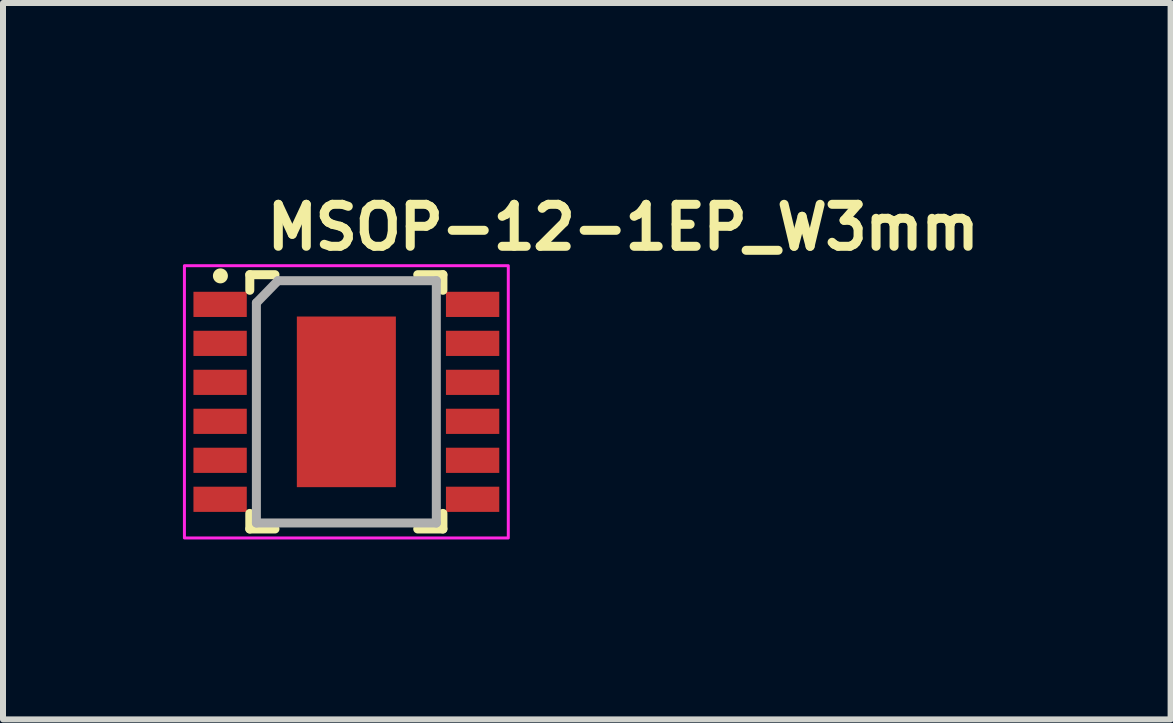
<source format=kicad_pcb>
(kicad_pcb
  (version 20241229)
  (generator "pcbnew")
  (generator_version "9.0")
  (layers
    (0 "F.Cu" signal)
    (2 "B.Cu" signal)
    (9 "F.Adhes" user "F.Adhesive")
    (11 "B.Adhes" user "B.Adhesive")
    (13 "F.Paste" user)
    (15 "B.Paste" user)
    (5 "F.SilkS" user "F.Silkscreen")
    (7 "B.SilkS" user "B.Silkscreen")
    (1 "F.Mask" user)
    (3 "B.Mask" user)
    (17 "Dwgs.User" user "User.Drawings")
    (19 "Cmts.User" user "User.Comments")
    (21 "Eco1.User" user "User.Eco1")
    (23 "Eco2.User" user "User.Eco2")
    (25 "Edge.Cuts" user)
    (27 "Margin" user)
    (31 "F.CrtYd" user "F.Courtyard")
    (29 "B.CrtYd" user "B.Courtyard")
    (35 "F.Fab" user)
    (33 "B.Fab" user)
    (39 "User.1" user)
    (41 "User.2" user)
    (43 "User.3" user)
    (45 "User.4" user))
  (footprint "MSOP-12-1EP_W3mm"
    (layer "F.Cu")
    (at 2.725 3.65)
    (property "Reference" "MSOP-12-1EP_W3mm" (at -1.4 -2.5 180) (layer "F.SilkS") (effects (font (size 0.7 0.7) (thickness 0.15)) (justify left bottom)))
    (attr smd)
    (fp_line (start -1.61 -1.86) (end -1.61 -2.12) (stroke (width 0.15) (type solid)) (layer "F.SilkS"))
    (fp_line (start -1.61 2.12) (end -1.61 1.86) (stroke (width 0.15) (type solid)) (layer "F.SilkS"))
    (fp_line (start -1.61 2.12) (end -1.19 2.12) (stroke (width 0.15) (type solid)) (layer "F.SilkS"))
    (fp_line (start -1.19 -2.12) (end -1.61 -2.12) (stroke (width 0.15) (type solid)) (layer "F.SilkS"))
    (fp_line (start 1.61 -2.12) (end 1.19 -2.12) (stroke (width 0.15) (type solid)) (layer "F.SilkS"))
    (fp_line (start 1.61 -2.12) (end 1.61 -1.86) (stroke (width 0.15) (type solid)) (layer "F.SilkS"))
    (fp_line (start 1.61 2.12) (end 1.19 2.12) (stroke (width 0.15) (type solid)) (layer "F.SilkS"))
    (fp_line (start 1.61 2.12) (end 1.61 1.86) (stroke (width 0.15) (type solid)) (layer "F.SilkS"))
    (fp_circle (center -2.1 -2.1) (end -2.05 -2.1) (stroke (width 0.15) (type solid)) (fill yes) (layer "F.SilkS"))
    (fp_rect (start -2.7 -2.27) (end 2.7 2.27) (stroke (width 0.05) (type solid)) (fill no) (layer "F.CrtYd"))
    (fp_line (start -1.5 -1.65) (end -1.5 2.02) (stroke (width 0.15) (type solid)) (layer "F.Fab"))
    (fp_line (start -1.5 -1.65) (end -1.14 -2.02) (stroke (width 0.15) (type solid)) (layer "F.Fab"))
    (fp_line (start -1.14 -2.02) (end 1.5 -2.02) (stroke (width 0.15) (type solid)) (layer "F.Fab"))
    (fp_line (start 1.5 -2.02) (end 1.5 2.02) (stroke (width 0.15) (type solid)) (layer "F.Fab"))
    (fp_line (start 1.5 2.02) (end -1.5 2.02) (stroke (width 0.15) (type solid)) (layer "F.Fab"))
    (fp_rect (start -2.45 -2.019) (end 2.45 2.019) (stroke (width 0.1) (type solid)) (fill no) (layer "User.5"))
    (fp_line (start -2.45 -1.775) (end -2.163 -1.775) (stroke (width 0.02) (type solid)) (layer "User.9"))
    (fp_line (start -2.45 -1.475) (end -2.45 -1.775) (stroke (width 0.02) (type solid)) (layer "User.9"))
    (fp_line (start -2.45 -1.475) (end -2.163 -1.475) (stroke (width 0.02) (type solid)) (layer "User.9"))
    (fp_line (start -2.45 -1.125) (end -2.163 -1.125) (stroke (width 0.02) (type solid)) (layer "User.9"))
    (fp_line (start -2.45 -0.825) (end -2.45 -1.125) (stroke (width 0.02) (type solid)) (layer "User.9"))
    (fp_line (start -2.45 -0.825) (end -2.163 -0.825) (stroke (width 0.02) (type solid)) (layer "User.9"))
    (fp_line (start -2.45 -0.475) (end -2.163 -0.475) (stroke (width 0.02) (type solid)) (layer "User.9"))
    (fp_line (start -2.45 -0.175) (end -2.45 -0.475) (stroke (width 0.02) (type solid)) (layer "User.9"))
    (fp_line (start -2.45 -0.175) (end -2.163 -0.175) (stroke (width 0.02) (type solid)) (layer "User.9"))
    (fp_line (start -2.45 0.175) (end -2.163 0.175) (stroke (width 0.02) (type solid)) (layer "User.9"))
    (fp_line (start -2.45 0.475) (end -2.45 0.175) (stroke (width 0.02) (type solid)) (layer "User.9"))
    (fp_line (start -2.45 0.475) (end -2.163 0.475) (stroke (width 0.02) (type solid)) (layer "User.9"))
    (fp_line (start -2.45 0.825) (end -2.163 0.825) (stroke (width 0.02) (type solid)) (layer "User.9"))
    (fp_line (start -2.45 1.125) (end -2.45 0.825) (stroke (width 0.02) (type solid)) (layer "User.9"))
    (fp_line (start -2.45 1.125) (end -2.163 1.125) (stroke (width 0.02) (type solid)) (layer "User.9"))
    (fp_line (start -2.45 1.475) (end -2.163 1.475) (stroke (width 0.02) (type solid)) (layer "User.9"))
    (fp_line (start -2.45 1.775) (end -2.45 1.475) (stroke (width 0.02) (type solid)) (layer "User.9"))
    (fp_line (start -2.45 1.775) (end -2.163 1.775) (stroke (width 0.02) (type solid)) (layer "User.9"))
    (fp_line (start -2.163 -1.775) (end -2.111 -1.775) (stroke (width 0.02) (type solid)) (layer "User.9"))
    (fp_line (start -2.163 -1.475) (end -2.111 -1.475) (stroke (width 0.02) (type solid)) (layer "User.9"))
    (fp_line (start -2.163 -1.125) (end -2.111 -1.125) (stroke (width 0.02) (type solid)) (layer "User.9"))
    (fp_line (start -2.163 -0.825) (end -2.111 -0.825) (stroke (width 0.02) (type solid)) (layer "User.9"))
    (fp_line (start -2.163 -0.475) (end -2.111 -0.475) (stroke (width 0.02) (type solid)) (layer "User.9"))
    (fp_line (start -2.163 -0.175) (end -2.111 -0.175) (stroke (width 0.02) (type solid)) (layer "User.9"))
    (fp_line (start -2.163 0.175) (end -2.111 0.175) (stroke (width 0.02) (type solid)) (layer "User.9"))
    (fp_line (start -2.163 0.475) (end -2.111 0.475) (stroke (width 0.02) (type solid)) (layer "User.9"))
    (fp_line (start -2.163 0.825) (end -2.111 0.825) (stroke (width 0.02) (type solid)) (layer "User.9"))
    (fp_line (start -2.163 1.125) (end -2.111 1.125) (stroke (width 0.02) (type solid)) (layer "User.9"))
    (fp_line (start -2.163 1.475) (end -2.111 1.475) (stroke (width 0.02) (type solid)) (layer "User.9"))
    (fp_line (start -2.163 1.775) (end -2.111 1.775) (stroke (width 0.02) (type solid)) (layer "User.9"))
    (fp_line (start -2.111 -1.775) (end -1.626 -1.775) (stroke (width 0.02) (type solid)) (layer "User.9"))
    (fp_line (start -2.111 -1.475) (end -1.626 -1.475) (stroke (width 0.02) (type solid)) (layer "User.9"))
    (fp_line (start -2.111 -1.125) (end -1.626 -1.125) (stroke (width 0.02) (type solid)) (layer "User.9"))
    (fp_line (start -2.111 -0.825) (end -1.626 -0.825) (stroke (width 0.02) (type solid)) (layer "User.9"))
    (fp_line (start -2.111 -0.475) (end -1.626 -0.475) (stroke (width 0.02) (type solid)) (layer "User.9"))
    (fp_line (start -2.111 -0.175) (end -1.626 -0.175) (stroke (width 0.02) (type solid)) (layer "User.9"))
    (fp_line (start -2.111 0.175) (end -1.626 0.175) (stroke (width 0.02) (type solid)) (layer "User.9"))
    (fp_line (start -2.111 0.475) (end -1.626 0.475) (stroke (width 0.02) (type solid)) (layer "User.9"))
    (fp_line (start -2.111 0.825) (end -1.626 0.825) (stroke (width 0.02) (type solid)) (layer "User.9"))
    (fp_line (start -2.111 1.125) (end -1.626 1.125) (stroke (width 0.02) (type solid)) (layer "User.9"))
    (fp_line (start -2.111 1.475) (end -1.626 1.475) (stroke (width 0.02) (type solid)) (layer "User.9"))
    (fp_line (start -2.111 1.775) (end -1.626 1.775) (stroke (width 0.02) (type solid)) (layer "User.9"))
    (fp_line (start -1.626 -1.775) (end -1.574 -1.775) (stroke (width 0.02) (type solid)) (layer "User.9"))
    (fp_line (start -1.626 -1.475) (end -1.574 -1.475) (stroke (width 0.02) (type solid)) (layer "User.9"))
    (fp_line (start -1.626 -1.125) (end -1.574 -1.125) (stroke (width 0.02) (type solid)) (layer "User.9"))
    (fp_line (start -1.626 -0.825) (end -1.574 -0.825) (stroke (width 0.02) (type solid)) (layer "User.9"))
    (fp_line (start -1.626 -0.475) (end -1.574 -0.475) (stroke (width 0.02) (type solid)) (layer "User.9"))
    (fp_line (start -1.626 -0.175) (end -1.574 -0.175) (stroke (width 0.02) (type solid)) (layer "User.9"))
    (fp_line (start -1.626 0.175) (end -1.574 0.175) (stroke (width 0.02) (type solid)) (layer "User.9"))
    (fp_line (start -1.626 0.475) (end -1.574 0.475) (stroke (width 0.02) (type solid)) (layer "User.9"))
    (fp_line (start -1.626 0.825) (end -1.574 0.825) (stroke (width 0.02) (type solid)) (layer "User.9"))
    (fp_line (start -1.626 1.125) (end -1.574 1.125) (stroke (width 0.02) (type solid)) (layer "User.9"))
    (fp_line (start -1.626 1.475) (end -1.574 1.475) (stroke (width 0.02) (type solid)) (layer "User.9"))
    (fp_line (start -1.626 1.775) (end -1.574 1.775) (stroke (width 0.02) (type solid)) (layer "User.9"))
    (fp_line (start -1.574 -1.775) (end -1.5 -1.775) (stroke (width 0.02) (type solid)) (layer "User.9"))
    (fp_line (start -1.574 -1.475) (end -1.5 -1.475) (stroke (width 0.02) (type solid)) (layer "User.9"))
    (fp_line (start -1.574 -1.125) (end -1.5 -1.125) (stroke (width 0.02) (type solid)) (layer "User.9"))
    (fp_line (start -1.574 -0.825) (end -1.5 -0.825) (stroke (width 0.02) (type solid)) (layer "User.9"))
    (fp_line (start -1.574 -0.475) (end -1.5 -0.475) (stroke (width 0.02) (type solid)) (layer "User.9"))
    (fp_line (start -1.574 -0.175) (end -1.5 -0.175) (stroke (width 0.02) (type solid)) (layer "User.9"))
    (fp_line (start -1.574 0.175) (end -1.5 0.175) (stroke (width 0.02) (type solid)) (layer "User.9"))
    (fp_line (start -1.574 0.475) (end -1.5 0.475) (stroke (width 0.02) (type solid)) (layer "User.9"))
    (fp_line (start -1.574 0.825) (end -1.5 0.825) (stroke (width 0.02) (type solid)) (layer "User.9"))
    (fp_line (start -1.574 1.125) (end -1.5 1.125) (stroke (width 0.02) (type solid)) (layer "User.9"))
    (fp_line (start -1.574 1.475) (end -1.5 1.475) (stroke (width 0.02) (type solid)) (layer "User.9"))
    (fp_line (start -1.574 1.775) (end -1.5 1.775) (stroke (width 0.02) (type solid)) (layer "User.9"))
    (fp_line (start -1.5 -2.019) (end -1.431 -1.95) (stroke (width 0.02) (type solid)) (layer "User.9"))
    (fp_line (start -1.5 -2.019) (end 1.5 -2.019) (stroke (width 0.02) (type solid)) (layer "User.9"))
    (fp_line (start -1.5 -1.475) (end -1.5 -1.775) (stroke (width 0.02) (type solid)) (layer "User.9"))
    (fp_line (start -1.5 -0.825) (end -1.5 -1.125) (stroke (width 0.02) (type solid)) (layer "User.9"))
    (fp_line (start -1.5 -0.175) (end -1.5 -0.475) (stroke (width 0.02) (type solid)) (layer "User.9"))
    (fp_line (start -1.5 0.475) (end -1.5 0.175) (stroke (width 0.02) (type solid)) (layer "User.9"))
    (fp_line (start -1.5 1.125) (end -1.5 0.825) (stroke (width 0.02) (type solid)) (layer "User.9"))
    (fp_line (start -1.5 1.775) (end -1.5 1.475) (stroke (width 0.02) (type solid)) (layer "User.9"))
    (fp_line (start -1.5 2.019) (end -1.5 -2.019) (stroke (width 0.02) (type solid)) (layer "User.9"))
    (fp_line (start -1.5 2.019) (end -1.431 1.95) (stroke (width 0.02) (type solid)) (layer "User.9"))
    (fp_line (start -1.5 2.019) (end 1.5 2.019) (stroke (width 0.02) (type solid)) (layer "User.9"))
    (fp_line (start -1.431 -1.95) (end -1.391 -1.911) (stroke (width 0.02) (type solid)) (layer "User.9"))
    (fp_line (start -1.431 1.95) (end -1.391 1.911) (stroke (width 0.02) (type solid)) (layer "User.9"))
    (fp_line (start -1.198 -1.53) (end -1.198 -1.53) (stroke (width 0.02) (type solid)) (layer "User.9"))
    (fp_line (start -1.198 -1.53) (end -1.197 -1.52) (stroke (width 0.02) (type solid)) (layer "User.9"))
    (fp_line (start -1.197 -1.549) (end -1.197 -1.539) (stroke (width 0.02) (type solid)) (layer "User.9"))
    (fp_line (start -1.197 -1.539) (end -1.198 -1.53) (stroke (width 0.02) (type solid)) (layer "User.9"))
    (fp_line (start -1.197 -1.52) (end -1.197 -1.51) (stroke (width 0.02) (type solid)) (layer "User.9"))
    (fp_line (start -1.197 -1.51) (end -1.195 -1.501) (stroke (width 0.02) (type solid)) (layer "User.9"))
    (fp_line (start -1.195 -1.558) (end -1.197 -1.549) (stroke (width 0.02) (type solid)) (layer "User.9"))
    (fp_line (start -1.195 -1.501) (end -1.194 -1.492) (stroke (width 0.02) (type solid)) (layer "User.9"))
    (fp_line (start -1.194 -1.567) (end -1.195 -1.558) (stroke (width 0.02) (type solid)) (layer "User.9"))
    (fp_line (start -1.194 -1.492) (end -1.192 -1.483) (stroke (width 0.02) (type solid)) (layer "User.9"))
    (fp_line (start -1.192 -1.576) (end -1.194 -1.567) (stroke (width 0.02) (type solid)) (layer "User.9"))
    (fp_line (start -1.192 -1.483) (end -1.189 -1.474) (stroke (width 0.02) (type solid)) (layer "User.9"))
    (fp_line (start -1.189 -1.585) (end -1.192 -1.576) (stroke (width 0.02) (type solid)) (layer "User.9"))
    (fp_line (start -1.189 -1.474) (end -1.186 -1.465) (stroke (width 0.02) (type solid)) (layer "User.9"))
    (fp_line (start -1.186 -1.594) (end -1.189 -1.585) (stroke (width 0.02) (type solid)) (layer "User.9"))
    (fp_line (start -1.186 -1.465) (end -1.183 -1.457) (stroke (width 0.02) (type solid)) (layer "User.9"))
    (fp_line (start -1.183 -1.602) (end -1.186 -1.594) (stroke (width 0.02) (type solid)) (layer "User.9"))
    (fp_line (start -1.183 -1.457) (end -1.179 -1.448) (stroke (width 0.02) (type solid)) (layer "User.9"))
    (fp_line (start -1.179 -1.611) (end -1.183 -1.602) (stroke (width 0.02) (type solid)) (layer "User.9"))
    (fp_line (start -1.179 -1.448) (end -1.175 -1.44) (stroke (width 0.02) (type solid)) (layer "User.9"))
    (fp_line (start -1.175 -1.619) (end -1.179 -1.611) (stroke (width 0.02) (type solid)) (layer "User.9"))
    (fp_line (start -1.175 -1.44) (end -1.17 -1.432) (stroke (width 0.02) (type solid)) (layer "User.9"))
    (fp_line (start -1.17 -1.627) (end -1.175 -1.619) (stroke (width 0.02) (type solid)) (layer "User.9"))
    (fp_line (start -1.17 -1.432) (end -1.165 -1.425) (stroke (width 0.02) (type solid)) (layer "User.9"))
    (fp_line (start -1.165 -1.634) (end -1.17 -1.627) (stroke (width 0.02) (type solid)) (layer "User.9"))
    (fp_line (start -1.165 -1.425) (end -1.16 -1.417) (stroke (width 0.02) (type solid)) (layer "User.9"))
    (fp_line (start -1.16 -1.642) (end -1.165 -1.634) (stroke (width 0.02) (type solid)) (layer "User.9"))
    (fp_line (start -1.16 -1.417) (end -1.155 -1.41) (stroke (width 0.02) (type solid)) (layer "User.9"))
    (fp_line (start -1.155 -1.649) (end -1.16 -1.642) (stroke (width 0.02) (type solid)) (layer "User.9"))
    (fp_line (start -1.155 -1.41) (end -1.149 -1.403) (stroke (width 0.02) (type solid)) (layer "User.9"))
    (fp_line (start -1.149 -1.656) (end -1.155 -1.649) (stroke (width 0.02) (type solid)) (layer "User.9"))
    (fp_line (start -1.149 -1.403) (end -1.143 -1.397) (stroke (width 0.02) (type solid)) (layer "User.9"))
    (fp_line (start -1.143 -1.662) (end -1.149 -1.656) (stroke (width 0.02) (type solid)) (layer "User.9"))
    (fp_line (start -1.143 -1.397) (end -1.136 -1.391) (stroke (width 0.02) (type solid)) (layer "User.9"))
    (fp_line (start -1.136 -1.668) (end -1.143 -1.662) (stroke (width 0.02) (type solid)) (layer "User.9"))
    (fp_line (start -1.136 -1.391) (end -1.129 -1.385) (stroke (width 0.02) (type solid)) (layer "User.9"))
    (fp_line (start -1.129 -1.674) (end -1.136 -1.668) (stroke (width 0.02) (type solid)) (layer "User.9"))
    (fp_line (start -1.129 -1.385) (end -1.122 -1.379) (stroke (width 0.02) (type solid)) (layer "User.9"))
    (fp_line (start -1.122 -1.68) (end -1.129 -1.674) (stroke (width 0.02) (type solid)) (layer "User.9"))
    (fp_line (start -1.122 -1.379) (end -1.115 -1.374) (stroke (width 0.02) (type solid)) (layer "User.9"))
    (fp_line (start -1.115 -1.685) (end -1.122 -1.68) (stroke (width 0.02) (type solid)) (layer "User.9"))
    (fp_line (start -1.115 -1.374) (end -1.107 -1.369) (stroke (width 0.02) (type solid)) (layer "User.9"))
    (fp_line (start -1.107 -1.69) (end -1.115 -1.685) (stroke (width 0.02) (type solid)) (layer "User.9"))
    (fp_line (start -1.107 -1.369) (end -1.099 -1.365) (stroke (width 0.02) (type solid)) (layer "User.9"))
    (fp_line (start -1.099 -1.694) (end -1.107 -1.69) (stroke (width 0.02) (type solid)) (layer "User.9"))
    (fp_line (start -1.099 -1.365) (end -1.091 -1.36) (stroke (width 0.02) (type solid)) (layer "User.9"))
    (fp_line (start -1.091 -1.699) (end -1.099 -1.694) (stroke (width 0.02) (type solid)) (layer "User.9"))
    (fp_line (start -1.091 -1.36) (end -1.083 -1.357) (stroke (width 0.02) (type solid)) (layer "User.9"))
    (fp_line (start -1.083 -1.702) (end -1.091 -1.699) (stroke (width 0.02) (type solid)) (layer "User.9"))
    (fp_line (start -1.083 -1.357) (end -1.074 -1.353) (stroke (width 0.02) (type solid)) (layer "User.9"))
    (fp_line (start -1.074 -1.706) (end -1.083 -1.702) (stroke (width 0.02) (type solid)) (layer "User.9"))
    (fp_line (start -1.074 -1.353) (end -1.066 -1.35) (stroke (width 0.02) (type solid)) (layer "User.9"))
    (fp_line (start -1.066 -1.709) (end -1.074 -1.706) (stroke (width 0.02) (type solid)) (layer "User.9"))
    (fp_line (start -1.066 -1.35) (end -1.057 -1.348) (stroke (width 0.02) (type solid)) (layer "User.9"))
    (fp_line (start -1.057 -1.711) (end -1.066 -1.709) (stroke (width 0.02) (type solid)) (layer "User.9"))
    (fp_line (start -1.057 -1.348) (end -1.048 -1.346) (stroke (width 0.02) (type solid)) (layer "User.9"))
    (fp_line (start -1.048 -1.713) (end -1.057 -1.711) (stroke (width 0.02) (type solid)) (layer "User.9"))
    (fp_line (start -1.048 -1.346) (end -1.039 -1.344) (stroke (width 0.02) (type solid)) (layer "User.9"))
    (fp_line (start -1.039 -1.715) (end -1.048 -1.713) (stroke (width 0.02) (type solid)) (layer "User.9"))
    (fp_line (start -1.039 -1.344) (end -1.029 -1.343) (stroke (width 0.02) (type solid)) (layer "User.9"))
    (fp_line (start -1.029 -1.716) (end -1.039 -1.715) (stroke (width 0.02) (type solid)) (layer "User.9"))
    (fp_line (start -1.029 -1.343) (end -1.02 -1.342) (stroke (width 0.02) (type solid)) (layer "User.9"))
    (fp_line (start -1.02 -1.717) (end -1.029 -1.716) (stroke (width 0.02) (type solid)) (layer "User.9"))
    (fp_line (start -1.02 -1.342) (end -1.01 -1.342) (stroke (width 0.02) (type solid)) (layer "User.9"))
    (fp_line (start -1.01 -1.717) (end -1.02 -1.717) (stroke (width 0.02) (type solid)) (layer "User.9"))
    (fp_line (start -1.01 -1.717) (end -1.01 -1.717) (stroke (width 0.02) (type solid)) (layer "User.9"))
    (fp_line (start -1.01 -1.342) (end -1.01 -1.342) (stroke (width 0.02) (type solid)) (layer "User.9"))
    (fp_line (start -1.01 -1.342) (end -1 -1.342) (stroke (width 0.02) (type solid)) (layer "User.9"))
    (fp_line (start -1 -1.717) (end -1.01 -1.717) (stroke (width 0.02) (type solid)) (layer "User.9"))
    (fp_line (start -1 -1.342) (end -0.991 -1.343) (stroke (width 0.02) (type solid)) (layer "User.9"))
    (fp_line (start -0.991 -1.716) (end -1 -1.717) (stroke (width 0.02) (type solid)) (layer "User.9"))
    (fp_line (start -0.991 -1.343) (end -0.981 -1.344) (stroke (width 0.02) (type solid)) (layer "User.9"))
    (fp_line (start -0.981 -1.715) (end -0.991 -1.716) (stroke (width 0.02) (type solid)) (layer "User.9"))
    (fp_line (start -0.981 -1.344) (end -0.972 -1.346) (stroke (width 0.02) (type solid)) (layer "User.9"))
    (fp_line (start -0.972 -1.713) (end -0.981 -1.715) (stroke (width 0.02) (type solid)) (layer "User.9"))
    (fp_line (start -0.972 -1.346) (end -0.963 -1.348) (stroke (width 0.02) (type solid)) (layer "User.9"))
    (fp_line (start -0.963 -1.711) (end -0.972 -1.713) (stroke (width 0.02) (type solid)) (layer "User.9"))
    (fp_line (start -0.963 -1.348) (end -0.954 -1.35) (stroke (width 0.02) (type solid)) (layer "User.9"))
    (fp_line (start -0.954 -1.709) (end -0.963 -1.711) (stroke (width 0.02) (type solid)) (layer "User.9"))
    (fp_line (start -0.954 -1.35) (end -0.946 -1.353) (stroke (width 0.02) (type solid)) (layer "User.9"))
    (fp_line (start -0.946 -1.706) (end -0.954 -1.709) (stroke (width 0.02) (type solid)) (layer "User.9"))
    (fp_line (start -0.946 -1.353) (end -0.937 -1.357) (stroke (width 0.02) (type solid)) (layer "User.9"))
    (fp_line (start -0.937 -1.702) (end -0.946 -1.706) (stroke (width 0.02) (type solid)) (layer "User.9"))
    (fp_line (start -0.937 -1.357) (end -0.929 -1.36) (stroke (width 0.02) (type solid)) (layer "User.9"))
    (fp_line (start -0.929 -1.699) (end -0.937 -1.702) (stroke (width 0.02) (type solid)) (layer "User.9"))
    (fp_line (start -0.929 -1.36) (end -0.921 -1.365) (stroke (width 0.02) (type solid)) (layer "User.9"))
    (fp_line (start -0.921 -1.694) (end -0.929 -1.699) (stroke (width 0.02) (type solid)) (layer "User.9"))
    (fp_line (start -0.921 -1.365) (end -0.913 -1.369) (stroke (width 0.02) (type solid)) (layer "User.9"))
    (fp_line (start -0.913 -1.69) (end -0.921 -1.694) (stroke (width 0.02) (type solid)) (layer "User.9"))
    (fp_line (start -0.913 -1.369) (end -0.905 -1.374) (stroke (width 0.02) (type solid)) (layer "User.9"))
    (fp_line (start -0.905 -1.685) (end -0.913 -1.69) (stroke (width 0.02) (type solid)) (layer "User.9"))
    (fp_line (start -0.905 -1.374) (end -0.898 -1.379) (stroke (width 0.02) (type solid)) (layer "User.9"))
    (fp_line (start -0.898 -1.68) (end -0.905 -1.685) (stroke (width 0.02) (type solid)) (layer "User.9"))
    (fp_line (start -0.898 -1.379) (end -0.891 -1.385) (stroke (width 0.02) (type solid)) (layer "User.9"))
    (fp_line (start -0.891 -1.674) (end -0.898 -1.68) (stroke (width 0.02) (type solid)) (layer "User.9"))
    (fp_line (start -0.891 -1.385) (end -0.884 -1.391) (stroke (width 0.02) (type solid)) (layer "User.9"))
    (fp_line (start -0.884 -1.668) (end -0.891 -1.674) (stroke (width 0.02) (type solid)) (layer "User.9"))
    (fp_line (start -0.884 -1.391) (end -0.877 -1.397) (stroke (width 0.02) (type solid)) (layer "User.9"))
    (fp_line (start -0.877 -1.662) (end -0.884 -1.668) (stroke (width 0.02) (type solid)) (layer "User.9"))
    (fp_line (start -0.877 -1.397) (end -0.871 -1.403) (stroke (width 0.02) (type solid)) (layer "User.9"))
    (fp_line (start -0.871 -1.656) (end -0.877 -1.662) (stroke (width 0.02) (type solid)) (layer "User.9"))
    (fp_line (start -0.871 -1.403) (end -0.865 -1.41) (stroke (width 0.02) (type solid)) (layer "User.9"))
    (fp_line (start -0.865 -1.649) (end -0.871 -1.656) (stroke (width 0.02) (type solid)) (layer "User.9"))
    (fp_line (start -0.865 -1.41) (end -0.86 -1.417) (stroke (width 0.02) (type solid)) (layer "User.9"))
    (fp_line (start -0.86 -1.642) (end -0.865 -1.649) (stroke (width 0.02) (type solid)) (layer "User.9"))
    (fp_line (start -0.86 -1.417) (end -0.855 -1.425) (stroke (width 0.02) (type solid)) (layer "User.9"))
    (fp_line (start -0.855 -1.634) (end -0.86 -1.642) (stroke (width 0.02) (type solid)) (layer "User.9"))
    (fp_line (start -0.855 -1.425) (end -0.85 -1.432) (stroke (width 0.02) (type solid)) (layer "User.9"))
    (fp_line (start -0.85 -1.627) (end -0.855 -1.634) (stroke (width 0.02) (type solid)) (layer "User.9"))
    (fp_line (start -0.85 -1.432) (end -0.845 -1.44) (stroke (width 0.02) (type solid)) (layer "User.9"))
    (fp_line (start -0.845 -1.619) (end -0.85 -1.627) (stroke (width 0.02) (type solid)) (layer "User.9"))
    (fp_line (start -0.845 -1.44) (end -0.841 -1.448) (stroke (width 0.02) (type solid)) (layer "User.9"))
    (fp_line (start -0.841 -1.611) (end -0.845 -1.619) (stroke (width 0.02) (type solid)) (layer "User.9"))
    (fp_line (start -0.841 -1.448) (end -0.837 -1.457) (stroke (width 0.02) (type solid)) (layer "User.9"))
    (fp_line (start -0.837 -1.602) (end -0.841 -1.611) (stroke (width 0.02) (type solid)) (layer "User.9"))
    (fp_line (start -0.837 -1.457) (end -0.834 -1.465) (stroke (width 0.02) (type solid)) (layer "User.9"))
    (fp_line (start -0.834 -1.594) (end -0.837 -1.602) (stroke (width 0.02) (type solid)) (layer "User.9"))
    (fp_line (start -0.834 -1.465) (end -0.831 -1.474) (stroke (width 0.02) (type solid)) (layer "User.9"))
    (fp_line (start -0.831 -1.585) (end -0.834 -1.594) (stroke (width 0.02) (type solid)) (layer "User.9"))
    (fp_line (start -0.831 -1.474) (end -0.828 -1.483) (stroke (width 0.02) (type solid)) (layer "User.9"))
    (fp_line (start -0.828 -1.576) (end -0.831 -1.585) (stroke (width 0.02) (type solid)) (layer "User.9"))
    (fp_line (start -0.828 -1.483) (end -0.826 -1.492) (stroke (width 0.02) (type solid)) (layer "User.9"))
    (fp_line (start -0.826 -1.567) (end -0.828 -1.576) (stroke (width 0.02) (type solid)) (layer "User.9"))
    (fp_line (start -0.826 -1.492) (end -0.825 -1.501) (stroke (width 0.02) (type solid)) (layer "User.9"))
    (fp_line (start -0.825 -1.558) (end -0.826 -1.567) (stroke (width 0.02) (type solid)) (layer "User.9"))
    (fp_line (start -0.825 -1.501) (end -0.823 -1.51) (stroke (width 0.02) (type solid)) (layer "User.9"))
    (fp_line (start -0.823 -1.549) (end -0.825 -1.558) (stroke (width 0.02) (type solid)) (layer "User.9"))
    (fp_line (start -0.823 -1.539) (end -0.823 -1.549) (stroke (width 0.02) (type solid)) (layer "User.9"))
    (fp_line (start -0.823 -1.52) (end -0.822 -1.53) (stroke (width 0.02) (type solid)) (layer "User.9"))
    (fp_line (start -0.823 -1.51) (end -0.823 -1.52) (stroke (width 0.02) (type solid)) (layer "User.9"))
    (fp_line (start -0.822 -1.53) (end -0.823 -1.539) (stroke (width 0.02) (type solid)) (layer "User.9"))
    (fp_line (start -0.822 -1.53) (end -0.822 -1.53) (stroke (width 0.02) (type solid)) (layer "User.9"))
    (fp_line (start -0.822 -1.53) (end -0.822 -1.53) (stroke (width 0.02) (type solid)) (layer "User.9"))
    (fp_line (start 1.391 -1.911) (end 1.431 -1.95) (stroke (width 0.02) (type solid)) (layer "User.9"))
    (fp_line (start 1.431 1.95) (end 1.391 1.911) (stroke (width 0.02) (type solid)) (layer "User.9"))
    (fp_line (start 1.5 -2.019) (end 1.431 -1.95) (stroke (width 0.02) (type solid)) (layer "User.9"))
    (fp_line (start 1.5 -1.775) (end 1.574 -1.775) (stroke (width 0.02) (type solid)) (layer "User.9"))
    (fp_line (start 1.5 -1.475) (end 1.5 -1.775) (stroke (width 0.02) (type solid)) (layer "User.9"))
    (fp_line (start 1.5 -1.475) (end 1.574 -1.475) (stroke (width 0.02) (type solid)) (layer "User.9"))
    (fp_line (start 1.5 -1.125) (end 1.574 -1.125) (stroke (width 0.02) (type solid)) (layer "User.9"))
    (fp_line (start 1.5 -0.825) (end 1.5 -1.125) (stroke (width 0.02) (type solid)) (layer "User.9"))
    (fp_line (start 1.5 -0.825) (end 1.574 -0.825) (stroke (width 0.02) (type solid)) (layer "User.9"))
    (fp_line (start 1.5 -0.475) (end 1.574 -0.475) (stroke (width 0.02) (type solid)) (layer "User.9"))
    (fp_line (start 1.5 -0.175) (end 1.5 -0.475) (stroke (width 0.02) (type solid)) (layer "User.9"))
    (fp_line (start 1.5 -0.175) (end 1.574 -0.175) (stroke (width 0.02) (type solid)) (layer "User.9"))
    (fp_line (start 1.5 0.175) (end 1.574 0.175) (stroke (width 0.02) (type solid)) (layer "User.9"))
    (fp_line (start 1.5 0.475) (end 1.5 0.175) (stroke (width 0.02) (type solid)) (layer "User.9"))
    (fp_line (start 1.5 0.475) (end 1.574 0.475) (stroke (width 0.02) (type solid)) (layer "User.9"))
    (fp_line (start 1.5 0.825) (end 1.574 0.825) (stroke (width 0.02) (type solid)) (layer "User.9"))
    (fp_line (start 1.5 1.125) (end 1.5 0.825) (stroke (width 0.02) (type solid)) (layer "User.9"))
    (fp_line (start 1.5 1.125) (end 1.574 1.125) (stroke (width 0.02) (type solid)) (layer "User.9"))
    (fp_line (start 1.5 1.475) (end 1.574 1.475) (stroke (width 0.02) (type solid)) (layer "User.9"))
    (fp_line (start 1.5 1.775) (end 1.5 1.475) (stroke (width 0.02) (type solid)) (layer "User.9"))
    (fp_line (start 1.5 1.775) (end 1.574 1.775) (stroke (width 0.02) (type solid)) (layer "User.9"))
    (fp_line (start 1.5 2.019) (end 1.431 1.95) (stroke (width 0.02) (type solid)) (layer "User.9"))
    (fp_line (start 1.5 2.019) (end 1.5 -2.019) (stroke (width 0.02) (type solid)) (layer "User.9"))
    (fp_line (start 1.626 -1.775) (end 1.574 -1.775) (stroke (width 0.02) (type solid)) (layer "User.9"))
    (fp_line (start 1.626 -1.475) (end 1.574 -1.475) (stroke (width 0.02) (type solid)) (layer "User.9"))
    (fp_line (start 1.626 -1.125) (end 1.574 -1.125) (stroke (width 0.02) (type solid)) (layer "User.9"))
    (fp_line (start 1.626 -0.825) (end 1.574 -0.825) (stroke (width 0.02) (type solid)) (layer "User.9"))
    (fp_line (start 1.626 -0.475) (end 1.574 -0.475) (stroke (width 0.02) (type solid)) (layer "User.9"))
    (fp_line (start 1.626 -0.175) (end 1.574 -0.175) (stroke (width 0.02) (type solid)) (layer "User.9"))
    (fp_line (start 1.626 0.175) (end 1.574 0.175) (stroke (width 0.02) (type solid)) (layer "User.9"))
    (fp_line (start 1.626 0.475) (end 1.574 0.475) (stroke (width 0.02) (type solid)) (layer "User.9"))
    (fp_line (start 1.626 0.825) (end 1.574 0.825) (stroke (width 0.02) (type solid)) (layer "User.9"))
    (fp_line (start 1.626 1.125) (end 1.574 1.125) (stroke (width 0.02) (type solid)) (layer "User.9"))
    (fp_line (start 1.626 1.475) (end 1.574 1.475) (stroke (width 0.02) (type solid)) (layer "User.9"))
    (fp_line (start 1.626 1.775) (end 1.574 1.775) (stroke (width 0.02) (type solid)) (layer "User.9"))
    (fp_line (start 2.111 -1.775) (end 1.626 -1.775) (stroke (width 0.02) (type solid)) (layer "User.9"))
    (fp_line (start 2.111 -1.475) (end 1.626 -1.475) (stroke (width 0.02) (type solid)) (layer "User.9"))
    (fp_line (start 2.111 -1.125) (end 1.626 -1.125) (stroke (width 0.02) (type solid)) (layer "User.9"))
    (fp_line (start 2.111 -0.825) (end 1.626 -0.825) (stroke (width 0.02) (type solid)) (layer "User.9"))
    (fp_line (start 2.111 -0.475) (end 1.626 -0.475) (stroke (width 0.02) (type solid)) (layer "User.9"))
    (fp_line (start 2.111 -0.175) (end 1.626 -0.175) (stroke (width 0.02) (type solid)) (layer "User.9"))
    (fp_line (start 2.111 0.175) (end 1.626 0.175) (stroke (width 0.02) (type solid)) (layer "User.9"))
    (fp_line (start 2.111 0.475) (end 1.626 0.475) (stroke (width 0.02) (type solid)) (layer "User.9"))
    (fp_line (start 2.111 0.825) (end 1.626 0.825) (stroke (width 0.02) (type solid)) (layer "User.9"))
    (fp_line (start 2.111 1.125) (end 1.626 1.125) (stroke (width 0.02) (type solid)) (layer "User.9"))
    (fp_line (start 2.111 1.475) (end 1.626 1.475) (stroke (width 0.02) (type solid)) (layer "User.9"))
    (fp_line (start 2.111 1.775) (end 1.626 1.775) (stroke (width 0.02) (type solid)) (layer "User.9"))
    (fp_line (start 2.163 -1.775) (end 2.111 -1.775) (stroke (width 0.02) (type solid)) (layer "User.9"))
    (fp_line (start 2.163 -1.775) (end 2.45 -1.775) (stroke (width 0.02) (type solid)) (layer "User.9"))
    (fp_line (start 2.163 -1.475) (end 2.111 -1.475) (stroke (width 0.02) (type solid)) (layer "User.9"))
    (fp_line (start 2.163 -1.475) (end 2.45 -1.475) (stroke (width 0.02) (type solid)) (layer "User.9"))
    (fp_line (start 2.163 -1.125) (end 2.111 -1.125) (stroke (width 0.02) (type solid)) (layer "User.9"))
    (fp_line (start 2.163 -1.125) (end 2.45 -1.125) (stroke (width 0.02) (type solid)) (layer "User.9"))
    (fp_line (start 2.163 -0.825) (end 2.111 -0.825) (stroke (width 0.02) (type solid)) (layer "User.9"))
    (fp_line (start 2.163 -0.825) (end 2.45 -0.825) (stroke (width 0.02) (type solid)) (layer "User.9"))
    (fp_line (start 2.163 -0.475) (end 2.111 -0.475) (stroke (width 0.02) (type solid)) (layer "User.9"))
    (fp_line (start 2.163 -0.475) (end 2.45 -0.475) (stroke (width 0.02) (type solid)) (layer "User.9"))
    (fp_line (start 2.163 -0.175) (end 2.111 -0.175) (stroke (width 0.02) (type solid)) (layer "User.9"))
    (fp_line (start 2.163 -0.175) (end 2.45 -0.175) (stroke (width 0.02) (type solid)) (layer "User.9"))
    (fp_line (start 2.163 0.175) (end 2.111 0.175) (stroke (width 0.02) (type solid)) (layer "User.9"))
    (fp_line (start 2.163 0.175) (end 2.45 0.175) (stroke (width 0.02) (type solid)) (layer "User.9"))
    (fp_line (start 2.163 0.475) (end 2.111 0.475) (stroke (width 0.02) (type solid)) (layer "User.9"))
    (fp_line (start 2.163 0.475) (end 2.45 0.475) (stroke (width 0.02) (type solid)) (layer "User.9"))
    (fp_line (start 2.163 0.825) (end 2.111 0.825) (stroke (width 0.02) (type solid)) (layer "User.9"))
    (fp_line (start 2.163 0.825) (end 2.45 0.825) (stroke (width 0.02) (type solid)) (layer "User.9"))
    (fp_line (start 2.163 1.125) (end 2.111 1.125) (stroke (width 0.02) (type solid)) (layer "User.9"))
    (fp_line (start 2.163 1.125) (end 2.45 1.125) (stroke (width 0.02) (type solid)) (layer "User.9"))
    (fp_line (start 2.163 1.475) (end 2.111 1.475) (stroke (width 0.02) (type solid)) (layer "User.9"))
    (fp_line (start 2.163 1.475) (end 2.45 1.475) (stroke (width 0.02) (type solid)) (layer "User.9"))
    (fp_line (start 2.163 1.775) (end 2.111 1.775) (stroke (width 0.02) (type solid)) (layer "User.9"))
    (fp_line (start 2.163 1.775) (end 2.45 1.775) (stroke (width 0.02) (type solid)) (layer "User.9"))
    (fp_line (start 2.45 -1.475) (end 2.45 -1.775) (stroke (width 0.02) (type solid)) (layer "User.9"))
    (fp_line (start 2.45 -0.825) (end 2.45 -1.125) (stroke (width 0.02) (type solid)) (layer "User.9"))
    (fp_line (start 2.45 -0.175) (end 2.45 -0.475) (stroke (width 0.02) (type solid)) (layer "User.9"))
    (fp_line (start 2.45 0.475) (end 2.45 0.175) (stroke (width 0.02) (type solid)) (layer "User.9"))
    (fp_line (start 2.45 1.125) (end 2.45 0.825) (stroke (width 0.02) (type solid)) (layer "User.9"))
    (fp_line (start 2.45 1.775) (end 2.45 1.475) (stroke (width 0.02) (type solid)) (layer "User.9"))
    (pad "1" smd rect (at -2.105 -1.625 270) (size 0.42 0.889) (layers "F.Cu" "F.Mask" "F.Paste"))
    (pad "2" smd rect (at -2.105 -0.975 270) (size 0.42 0.889) (layers "F.Cu" "F.Mask" "F.Paste"))
    (pad "3" smd rect (at -2.105 -0.325 270) (size 0.42 0.889) (layers "F.Cu" "F.Mask" "F.Paste"))
    (pad "4" smd rect (at -2.105 0.325 270) (size 0.42 0.889) (layers "F.Cu" "F.Mask" "F.Paste"))
    (pad "5" smd rect (at -2.105 0.975 270) (size 0.42 0.889) (layers "F.Cu" "F.Mask" "F.Paste"))
    (pad "6" smd rect (at -2.105 1.625 270) (size 0.42 0.889) (layers "F.Cu" "F.Mask" "F.Paste"))
    (pad "7" smd rect (at 2.105 1.625 270) (size 0.42 0.889) (layers "F.Cu" "F.Mask" "F.Paste"))
    (pad "8" smd rect (at 2.105 0.975 270) (size 0.42 0.889) (layers "F.Cu" "F.Mask" "F.Paste"))
    (pad "9" smd rect (at 2.105 0.325 270) (size 0.42 0.889) (layers "F.Cu" "F.Mask" "F.Paste"))
    (pad "10" smd rect (at 2.105 -0.325 270) (size 0.42 0.889) (layers "F.Cu" "F.Mask" "F.Paste"))
    (pad "11" smd rect (at 2.105 -0.975 270) (size 0.42 0.889) (layers "F.Cu" "F.Mask" "F.Paste"))
    (pad "12" smd rect (at 2.105 -1.625 270) (size 0.42 0.889) (layers "F.Cu" "F.Mask" "F.Paste"))
    (pad "13" smd rect (at 0 0 270) (size 2.845 1.651) (layers "F.Cu" "F.Mask" "F.Paste")))
  (gr_rect
    (start -3 -3)
    (end 16.468 8.945)
    (stroke (width 0.1) (type default))
    (fill no)
    (layer "Edge.Cuts")))
</source>
